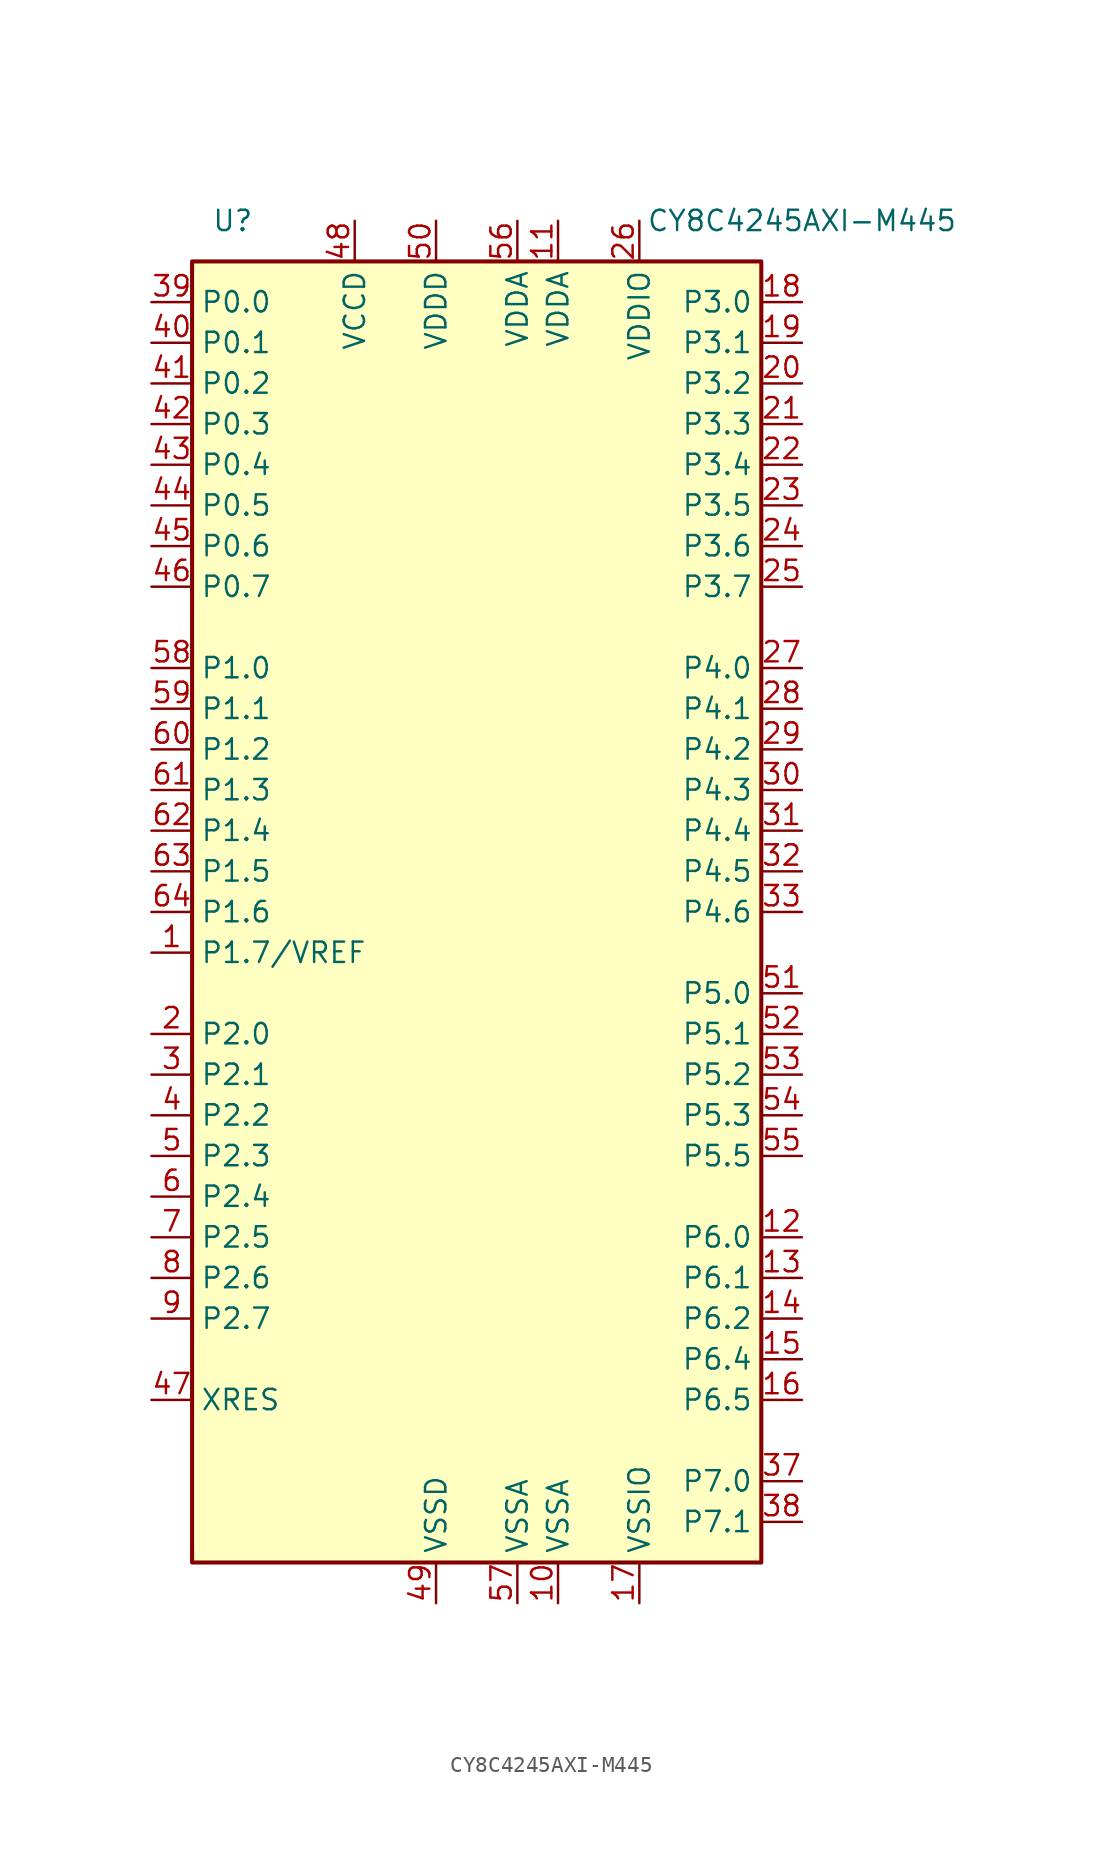
<source format=kicad_sym>
(kicad_symbol_lib
  (version 20201005)
  (generator kicad_symbol_editor)
  (symbol "CY8C4245AXI-M445"
    (property "Reference" "U"
      (at -15.24 43.18 0)
      (effects (font (size 1.27 1.27))))
    (property "Value" "CY8C4245AXI-M445"
      (at 20.32 43.18 0)
      (effects (font (size 1.27 1.27))))
    (symbol "CY8C4245AXI-M445_0_1"
      (rectangle (start -17.78 40.64) (end 17.78 -40.64) (stroke (width 0.254)) (fill (type background))))
    (symbol "CY8C4245AXI-M445_1_1"
      (pin bidirectional line (at -20.32 -2.54 0) (length 2.54) (name "P1.7/VREF" (effects (font (size 1.27 1.27)))) (number "1" (effects (font (size 1.27 1.27)))))
      (pin power_in line (at 5.08 -43.18 90) (length 2.54) (name "VSSA" (effects (font (size 1.27 1.27)))) (number "10" (effects (font (size 1.27 1.27)))))
      (pin power_in line (at 5.08 43.18 270) (length 2.54) (name "VDDA" (effects (font (size 1.27 1.27)))) (number "11" (effects (font (size 1.27 1.27)))))
      (pin bidirectional line (at 20.32 -20.32 180) (length 2.54) (name "P6.0" (effects (font (size 1.27 1.27)))) (number "12" (effects (font (size 1.27 1.27)))))
      (pin bidirectional line (at 20.32 -22.86 180) (length 2.54) (name "P6.1" (effects (font (size 1.27 1.27)))) (number "13" (effects (font (size 1.27 1.27)))))
      (pin bidirectional line (at 20.32 -25.4 180) (length 2.54) (name "P6.2" (effects (font (size 1.27 1.27)))) (number "14" (effects (font (size 1.27 1.27)))))
      (pin bidirectional line (at 20.32 -27.94 180) (length 2.54) (name "P6.4" (effects (font (size 1.27 1.27)))) (number "15" (effects (font (size 1.27 1.27)))))
      (pin bidirectional line (at 20.32 -30.48 180) (length 2.54) (name "P6.5" (effects (font (size 1.27 1.27)))) (number "16" (effects (font (size 1.27 1.27)))))
      (pin power_in line (at 10.16 -43.18 90) (length 2.54) (name "VSSIO" (effects (font (size 1.27 1.27)))) (number "17" (effects (font (size 1.27 1.27)))))
      (pin bidirectional line (at 20.32 38.1 180) (length 2.54) (name "P3.0" (effects (font (size 1.27 1.27)))) (number "18" (effects (font (size 1.27 1.27)))))
      (pin bidirectional line (at 20.32 35.56 180) (length 2.54) (name "P3.1" (effects (font (size 1.27 1.27)))) (number "19" (effects (font (size 1.27 1.27)))))
      (pin bidirectional line (at -20.32 -7.62 0) (length 2.54) (name "P2.0" (effects (font (size 1.27 1.27)))) (number "2" (effects (font (size 1.27 1.27)))))
      (pin bidirectional line (at 20.32 33.02 180) (length 2.54) (name "P3.2" (effects (font (size 1.27 1.27)))) (number "20" (effects (font (size 1.27 1.27)))))
      (pin bidirectional line (at 20.32 30.48 180) (length 2.54) (name "P3.3" (effects (font (size 1.27 1.27)))) (number "21" (effects (font (size 1.27 1.27)))))
      (pin bidirectional line (at 20.32 27.94 180) (length 2.54) (name "P3.4" (effects (font (size 1.27 1.27)))) (number "22" (effects (font (size 1.27 1.27)))))
      (pin bidirectional line (at 20.32 25.4 180) (length 2.54) (name "P3.5" (effects (font (size 1.27 1.27)))) (number "23" (effects (font (size 1.27 1.27)))))
      (pin bidirectional line (at 20.32 22.86 180) (length 2.54) (name "P3.6" (effects (font (size 1.27 1.27)))) (number "24" (effects (font (size 1.27 1.27)))))
      (pin bidirectional line (at 20.32 20.32 180) (length 2.54) (name "P3.7" (effects (font (size 1.27 1.27)))) (number "25" (effects (font (size 1.27 1.27)))))
      (pin power_in line (at 10.16 43.18 270) (length 2.54) (name "VDDIO" (effects (font (size 1.27 1.27)))) (number "26" (effects (font (size 1.27 1.27)))))
      (pin bidirectional line (at 20.32 15.24 180) (length 2.54) (name "P4.0" (effects (font (size 1.27 1.27)))) (number "27" (effects (font (size 1.27 1.27)))))
      (pin bidirectional line (at 20.32 12.7 180) (length 2.54) (name "P4.1" (effects (font (size 1.27 1.27)))) (number "28" (effects (font (size 1.27 1.27)))))
      (pin bidirectional line (at 20.32 10.16 180) (length 2.54) (name "P4.2" (effects (font (size 1.27 1.27)))) (number "29" (effects (font (size 1.27 1.27)))))
      (pin bidirectional line (at -20.32 -10.16 0) (length 2.54) (name "P2.1" (effects (font (size 1.27 1.27)))) (number "3" (effects (font (size 1.27 1.27)))))
      (pin bidirectional line (at 20.32 7.62 180) (length 2.54) (name "P4.3" (effects (font (size 1.27 1.27)))) (number "30" (effects (font (size 1.27 1.27)))))
      (pin bidirectional line (at 20.32 5.08 180) (length 2.54) (name "P4.4" (effects (font (size 1.27 1.27)))) (number "31" (effects (font (size 1.27 1.27)))))
      (pin bidirectional line (at 20.32 2.54 180) (length 2.54) (name "P4.5" (effects (font (size 1.27 1.27)))) (number "32" (effects (font (size 1.27 1.27)))))
      (pin bidirectional line (at 20.32 0 180) (length 2.54) (name "P4.6" (effects (font (size 1.27 1.27)))) (number "33" (effects (font (size 1.27 1.27)))))
      (pin bidirectional line (at 20.32 -35.56 180) (length 2.54) (name "P7.0" (effects (font (size 1.27 1.27)))) (number "37" (effects (font (size 1.27 1.27)))))
      (pin bidirectional line (at 20.32 -38.1 180) (length 2.54) (name "P7.1" (effects (font (size 1.27 1.27)))) (number "38" (effects (font (size 1.27 1.27)))))
      (pin bidirectional line (at -20.32 38.1 0) (length 2.54) (name "P0.0" (effects (font (size 1.27 1.27)))) (number "39" (effects (font (size 1.27 1.27)))))
      (pin bidirectional line (at -20.32 -12.7 0) (length 2.54) (name "P2.2" (effects (font (size 1.27 1.27)))) (number "4" (effects (font (size 1.27 1.27)))))
      (pin bidirectional line (at -20.32 35.56 0) (length 2.54) (name "P0.1" (effects (font (size 1.27 1.27)))) (number "40" (effects (font (size 1.27 1.27)))))
      (pin bidirectional line (at -20.32 33.02 0) (length 2.54) (name "P0.2" (effects (font (size 1.27 1.27)))) (number "41" (effects (font (size 1.27 1.27)))))
      (pin bidirectional line (at -20.32 30.48 0) (length 2.54) (name "P0.3" (effects (font (size 1.27 1.27)))) (number "42" (effects (font (size 1.27 1.27)))))
      (pin bidirectional line (at -20.32 27.94 0) (length 2.54) (name "P0.4" (effects (font (size 1.27 1.27)))) (number "43" (effects (font (size 1.27 1.27)))))
      (pin bidirectional line (at -20.32 25.4 0) (length 2.54) (name "P0.5" (effects (font (size 1.27 1.27)))) (number "44" (effects (font (size 1.27 1.27)))))
      (pin bidirectional line (at -20.32 22.86 0) (length 2.54) (name "P0.6" (effects (font (size 1.27 1.27)))) (number "45" (effects (font (size 1.27 1.27)))))
      (pin bidirectional line (at -20.32 20.32 0) (length 2.54) (name "P0.7" (effects (font (size 1.27 1.27)))) (number "46" (effects (font (size 1.27 1.27)))))
      (pin input line (at -20.32 -30.48 0) (length 2.54) (name "XRES" (effects (font (size 1.27 1.27)))) (number "47" (effects (font (size 1.27 1.27)))))
      (pin power_out line (at -7.62 43.18 270) (length 2.54) (name "VCCD" (effects (font (size 1.27 1.27)))) (number "48" (effects (font (size 1.27 1.27)))))
      (pin power_in line (at -2.54 -43.18 90) (length 2.54) (name "VSSD" (effects (font (size 1.27 1.27)))) (number "49" (effects (font (size 1.27 1.27)))))
      (pin bidirectional line (at -20.32 -15.24 0) (length 2.54) (name "P2.3" (effects (font (size 1.27 1.27)))) (number "5" (effects (font (size 1.27 1.27)))))
      (pin power_in line (at -2.54 43.18 270) (length 2.54) (name "VDDD" (effects (font (size 1.27 1.27)))) (number "50" (effects (font (size 1.27 1.27)))))
      (pin bidirectional line (at 20.32 -5.08 180) (length 2.54) (name "P5.0" (effects (font (size 1.27 1.27)))) (number "51" (effects (font (size 1.27 1.27)))))
      (pin bidirectional line (at 20.32 -7.62 180) (length 2.54) (name "P5.1" (effects (font (size 1.27 1.27)))) (number "52" (effects (font (size 1.27 1.27)))))
      (pin bidirectional line (at 20.32 -10.16 180) (length 2.54) (name "P5.2" (effects (font (size 1.27 1.27)))) (number "53" (effects (font (size 1.27 1.27)))))
      (pin bidirectional line (at 20.32 -12.7 180) (length 2.54) (name "P5.3" (effects (font (size 1.27 1.27)))) (number "54" (effects (font (size 1.27 1.27)))))
      (pin bidirectional line (at 20.32 -15.24 180) (length 2.54) (name "P5.5" (effects (font (size 1.27 1.27)))) (number "55" (effects (font (size 1.27 1.27)))))
      (pin power_in line (at 2.54 43.18 270) (length 2.54) (name "VDDA" (effects (font (size 1.27 1.27)))) (number "56" (effects (font (size 1.27 1.27)))))
      (pin power_in line (at 2.54 -43.18 90) (length 2.54) (name "VSSA" (effects (font (size 1.27 1.27)))) (number "57" (effects (font (size 1.27 1.27)))))
      (pin bidirectional line (at -20.32 15.24 0) (length 2.54) (name "P1.0" (effects (font (size 1.27 1.27)))) (number "58" (effects (font (size 1.27 1.27)))))
      (pin bidirectional line (at -20.32 12.7 0) (length 2.54) (name "P1.1" (effects (font (size 1.27 1.27)))) (number "59" (effects (font (size 1.27 1.27)))))
      (pin bidirectional line (at -20.32 -17.78 0) (length 2.54) (name "P2.4" (effects (font (size 1.27 1.27)))) (number "6" (effects (font (size 1.27 1.27)))))
      (pin bidirectional line (at -20.32 10.16 0) (length 2.54) (name "P1.2" (effects (font (size 1.27 1.27)))) (number "60" (effects (font (size 1.27 1.27)))))
      (pin bidirectional line (at -20.32 7.62 0) (length 2.54) (name "P1.3" (effects (font (size 1.27 1.27)))) (number "61" (effects (font (size 1.27 1.27)))))
      (pin bidirectional line (at -20.32 5.08 0) (length 2.54) (name "P1.4" (effects (font (size 1.27 1.27)))) (number "62" (effects (font (size 1.27 1.27)))))
      (pin bidirectional line (at -20.32 2.54 0) (length 2.54) (name "P1.5" (effects (font (size 1.27 1.27)))) (number "63" (effects (font (size 1.27 1.27)))))
      (pin bidirectional line (at -20.32 0 0) (length 2.54) (name "P1.6" (effects (font (size 1.27 1.27)))) (number "64" (effects (font (size 1.27 1.27)))))
      (pin bidirectional line (at -20.32 -20.32 0) (length 2.54) (name "P2.5" (effects (font (size 1.27 1.27)))) (number "7" (effects (font (size 1.27 1.27)))))
      (pin bidirectional line (at -20.32 -22.86 0) (length 2.54) (name "P2.6" (effects (font (size 1.27 1.27)))) (number "8" (effects (font (size 1.27 1.27)))))
      (pin bidirectional line (at -20.32 -25.4 0) (length 2.54) (name "P2.7" (effects (font (size 1.27 1.27)))) (number "9" (effects (font (size 1.27 1.27))))))))
</source>
